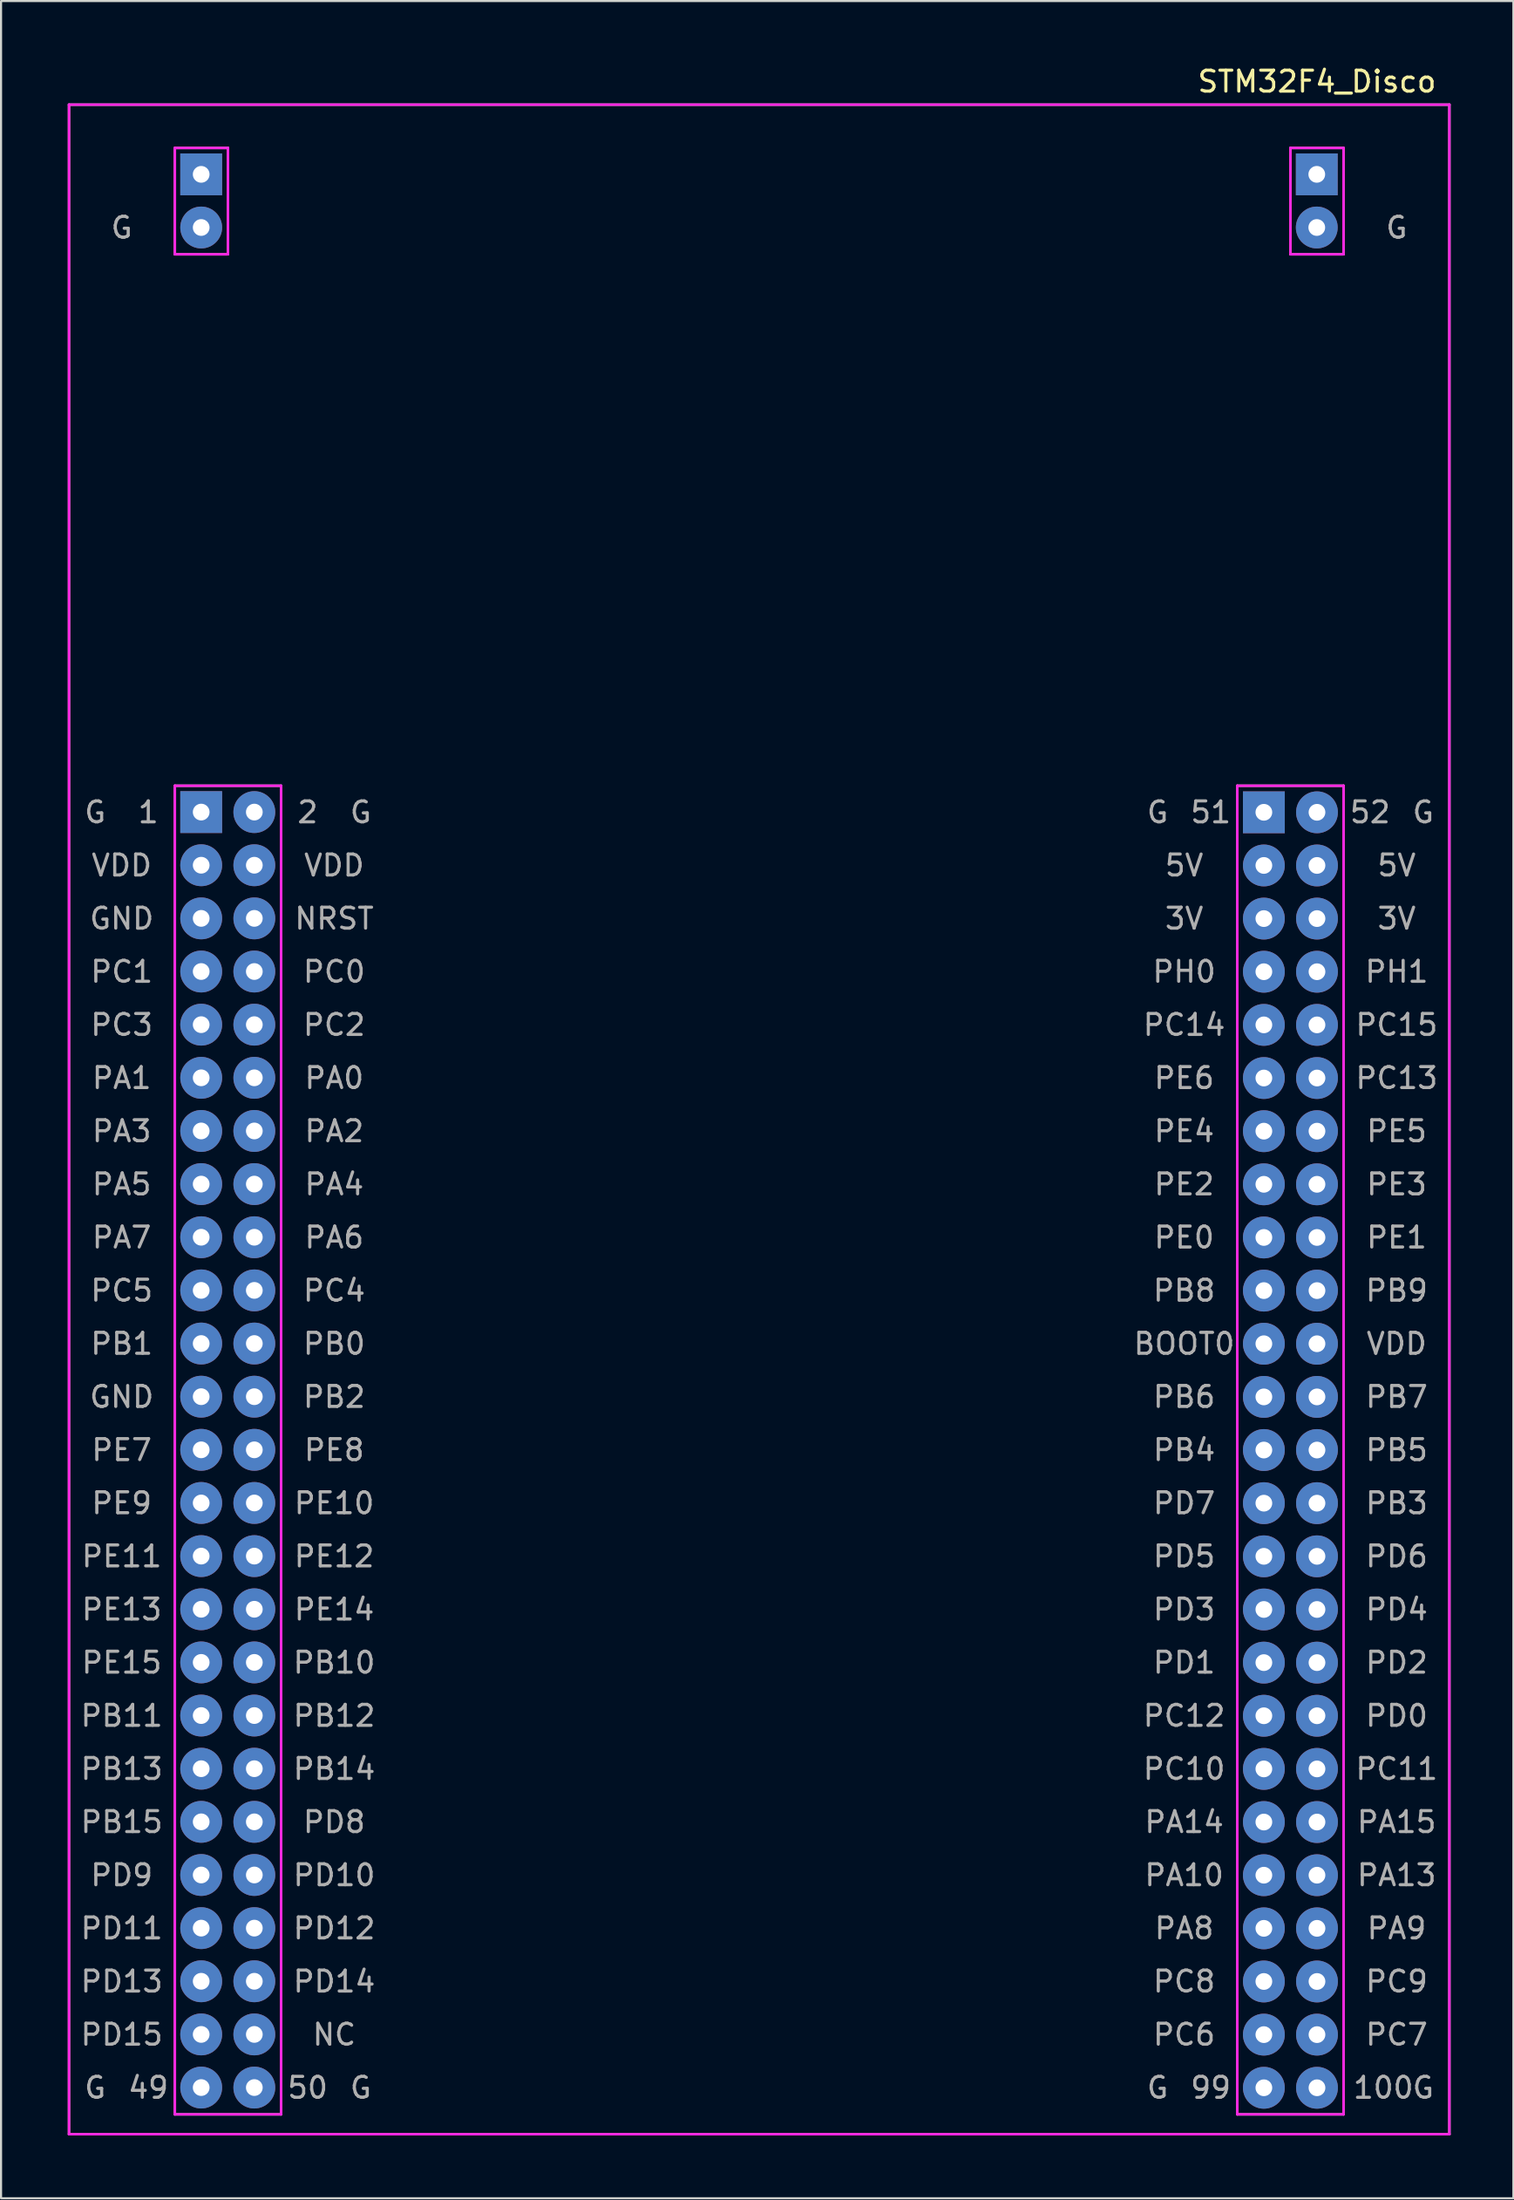
<source format=kicad_pcb>
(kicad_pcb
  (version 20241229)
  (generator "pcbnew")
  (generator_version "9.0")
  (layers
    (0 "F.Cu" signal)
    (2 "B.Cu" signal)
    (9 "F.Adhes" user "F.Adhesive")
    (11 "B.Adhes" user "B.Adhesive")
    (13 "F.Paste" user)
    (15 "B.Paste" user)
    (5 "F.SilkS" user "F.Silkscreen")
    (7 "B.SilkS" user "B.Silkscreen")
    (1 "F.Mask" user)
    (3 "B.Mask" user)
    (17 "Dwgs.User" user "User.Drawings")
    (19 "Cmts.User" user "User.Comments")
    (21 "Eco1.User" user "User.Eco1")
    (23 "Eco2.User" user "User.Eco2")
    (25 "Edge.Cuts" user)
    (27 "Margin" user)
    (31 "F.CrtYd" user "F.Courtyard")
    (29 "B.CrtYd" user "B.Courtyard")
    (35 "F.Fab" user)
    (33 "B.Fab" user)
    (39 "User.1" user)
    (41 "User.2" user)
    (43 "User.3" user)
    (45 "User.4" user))
  (footprint "STM32F4_Disco"
    (layer "F.Cu")
    (at 0.25 1.953)
    (property "Reference" "STM32F4_Disco" (at 59.67 -1.105 0) (layer "F.SilkS") (effects (font (size 1 1) (thickness 0.15))))
    (attr through_hole)
    (fp_line (start 0 0) (end 66 0) (stroke (width 0.12) (type solid)) (layer "F.CrtYd"))
    (fp_line (start 0 97) (end 0 0) (stroke (width 0.12) (type solid)) (layer "F.CrtYd"))
    (fp_line (start 5.06 2.07) (end 7.6 2.07) (stroke (width 0.12) (type solid)) (layer "F.CrtYd"))
    (fp_line (start 5.06 7.15) (end 5.06 2.07) (stroke (width 0.12) (type solid)) (layer "F.CrtYd"))
    (fp_line (start 5.06 32.55) (end 10.14 32.55) (stroke (width 0.12) (type solid)) (layer "F.CrtYd"))
    (fp_line (start 5.06 96.05) (end 5.06 32.55) (stroke (width 0.12) (type solid)) (layer "F.CrtYd"))
    (fp_line (start 7.6 2.07) (end 7.6 7.15) (stroke (width 0.12) (type solid)) (layer "F.CrtYd"))
    (fp_line (start 7.6 7.15) (end 5.06 7.15) (stroke (width 0.12) (type solid)) (layer "F.CrtYd"))
    (fp_line (start 10.14 32.55) (end 10.14 96.05) (stroke (width 0.12) (type solid)) (layer "F.CrtYd"))
    (fp_line (start 10.14 96.05) (end 5.06 96.05) (stroke (width 0.12) (type solid)) (layer "F.CrtYd"))
    (fp_line (start 55.86 32.55) (end 60.94 32.55) (stroke (width 0.12) (type solid)) (layer "F.CrtYd"))
    (fp_line (start 55.86 96.05) (end 55.86 32.55) (stroke (width 0.12) (type solid)) (layer "F.CrtYd"))
    (fp_line (start 58.4 2.07) (end 60.94 2.07) (stroke (width 0.12) (type solid)) (layer "F.CrtYd"))
    (fp_line (start 58.4 7.15) (end 58.4 2.07) (stroke (width 0.12) (type solid)) (layer "F.CrtYd"))
    (fp_line (start 60.94 2.07) (end 60.94 7.15) (stroke (width 0.12) (type solid)) (layer "F.CrtYd"))
    (fp_line (start 60.94 7.15) (end 58.4 7.15) (stroke (width 0.12) (type solid)) (layer "F.CrtYd"))
    (fp_line (start 60.94 32.55) (end 60.94 96.05) (stroke (width 0.12) (type solid)) (layer "F.CrtYd"))
    (fp_line (start 60.94 96.05) (end 55.86 96.05) (stroke (width 0.12) (type solid)) (layer "F.CrtYd"))
    (fp_line (start 66 0) (end 66 97) (stroke (width 0.12) (type solid)) (layer "F.CrtYd"))
    (fp_line (start 66 97) (end 0 97) (stroke (width 0.12) (type solid)) (layer "F.CrtYd"))
    (fp_line (start 0 0) (end 66 0) (stroke (width 0.12) (type solid)) (layer "F.Fab"))
    (fp_line (start 0 97) (end 0 0) (stroke (width 0.12) (type solid)) (layer "F.Fab"))
    (fp_line (start 5.06 2.07) (end 7.6 2.07) (stroke (width 0.12) (type solid)) (layer "F.Fab"))
    (fp_line (start 5.06 7.15) (end 5.06 2.07) (stroke (width 0.12) (type solid)) (layer "F.Fab"))
    (fp_line (start 5.06 32.55) (end 10.14 32.55) (stroke (width 0.12) (type solid)) (layer "F.Fab"))
    (fp_line (start 5.06 96.05) (end 5.06 32.55) (stroke (width 0.12) (type solid)) (layer "F.Fab"))
    (fp_line (start 7.6 2.07) (end 7.6 7.15) (stroke (width 0.12) (type solid)) (layer "F.Fab"))
    (fp_line (start 7.6 7.15) (end 5.06 7.15) (stroke (width 0.12) (type solid)) (layer "F.Fab"))
    (fp_line (start 10.14 32.55) (end 10.14 96.05) (stroke (width 0.12) (type solid)) (layer "F.Fab"))
    (fp_line (start 10.14 96.05) (end 5.06 96.05) (stroke (width 0.12) (type solid)) (layer "F.Fab"))
    (fp_line (start 55.86 32.55) (end 60.94 32.55) (stroke (width 0.12) (type solid)) (layer "F.Fab"))
    (fp_line (start 55.86 96.05) (end 55.86 32.55) (stroke (width 0.12) (type solid)) (layer "F.Fab"))
    (fp_line (start 58.4 2.07) (end 60.94 2.07) (stroke (width 0.12) (type solid)) (layer "F.Fab"))
    (fp_line (start 58.4 7.15) (end 58.4 2.07) (stroke (width 0.12) (type solid)) (layer "F.Fab"))
    (fp_line (start 60.94 2.07) (end 60.94 7.15) (stroke (width 0.12) (type solid)) (layer "F.Fab"))
    (fp_line (start 60.94 7.15) (end 58.4 7.15) (stroke (width 0.12) (type solid)) (layer "F.Fab"))
    (fp_line (start 60.94 32.55) (end 60.94 96.05) (stroke (width 0.12) (type solid)) (layer "F.Fab"))
    (fp_line (start 60.94 96.05) (end 55.86 96.05) (stroke (width 0.12) (type solid)) (layer "F.Fab"))
    (fp_line (start 66 0) (end 66 97) (stroke (width 0.12) (type solid)) (layer "F.Fab"))
    (fp_line (start 66 97) (end 0 97) (stroke (width 0.12) (type solid)) (layer "F.Fab"))
    (fp_text user "PC10" (at 53.32 79.54 0) (layer "F.Fab") (effects (font (size 1 1) (thickness 0.15))))
    (fp_text user "PD15" (at 2.52 92.24 0) (layer "F.Fab") (effects (font (size 1 1) (thickness 0.15))))
    (fp_text user "PD4" (at 63.48 71.92 0) (layer "F.Fab") (effects (font (size 1 1) (thickness 0.15))))
    (fp_text user "VDD" (at 63.48 59.22 0) (layer "F.Fab") (effects (font (size 1 1) (thickness 0.15))))
    (fp_text user "5V" (at 63.48 36.36 0) (layer "F.Fab") (effects (font (size 1 1) (thickness 0.15))))
    (fp_text user "PB8" (at 53.32 56.68 0) (layer "F.Fab") (effects (font (size 1 1) (thickness 0.15))))
    (fp_text user "5V" (at 53.32 36.36 0) (layer "F.Fab") (effects (font (size 1 1) (thickness 0.15))))
    (fp_text user "PA8" (at 53.32 87.16 0) (layer "F.Fab") (effects (font (size 1 1) (thickness 0.15))))
    (fp_text user "PB11" (at 2.52 77 0) (layer "F.Fab") (effects (font (size 1 1) (thickness 0.15))))
    (fp_text user "G" (at 52.05 33.82 0) (layer "F.Fab") (effects (font (size 1 1) (thickness 0.15))))
    (fp_text user "100" (at 62.845 94.78 0) (layer "F.Fab") (effects (font (size 1 1) (thickness 0.15))))
    (fp_text user "50" (at 11.41 94.78 0) (layer "F.Fab") (effects (font (size 1 1) (thickness 0.15))))
    (fp_text user "PD13" (at 2.52 89.7 0) (layer "F.Fab") (effects (font (size 1 1) (thickness 0.15))))
    (fp_text user "G" (at 1.25 33.82 0) (layer "F.Fab") (effects (font (size 1 1) (thickness 0.15))))
    (fp_text user "G" (at 52.05 94.78 0) (layer "F.Fab") (effects (font (size 1 1) (thickness 0.15))))
    (fp_text user "PE6" (at 53.32 46.52 0) (layer "F.Fab") (effects (font (size 1 1) (thickness 0.15))))
    (fp_text user "PC6" (at 53.32 92.24 0) (layer "F.Fab") (effects (font (size 1 1) (thickness 0.15))))
    (fp_text user "PB14" (at 12.68 79.54 0) (layer "F.Fab") (effects (font (size 1 1) (thickness 0.15))))
    (fp_text user "PE0" (at 53.32 54.14 0) (layer "F.Fab") (effects (font (size 1 1) (thickness 0.15))))
    (fp_text user "PH1" (at 63.48 41.44 0) (layer "F.Fab") (effects (font (size 1 1) (thickness 0.15))))
    (fp_text user "NRST" (at 12.68 38.9 0) (layer "F.Fab") (effects (font (size 1 1) (thickness 0.15))))
    (fp_text user "PC15" (at 63.48 43.98 0) (layer "F.Fab") (effects (font (size 1 1) (thickness 0.15))))
    (fp_text user "PB7" (at 63.48 61.76 0) (layer "F.Fab") (effects (font (size 1 1) (thickness 0.15))))
    (fp_text user "PB2" (at 12.68 61.76 0) (layer "F.Fab") (effects (font (size 1 1) (thickness 0.15))))
    (fp_text user "PA4" (at 12.68 51.6 0) (layer "F.Fab") (effects (font (size 1 1) (thickness 0.15))))
    (fp_text user "PD2" (at 63.48 74.46 0) (layer "F.Fab") (effects (font (size 1 1) (thickness 0.15))))
    (fp_text user "PE3" (at 63.48 51.6 0) (layer "F.Fab") (effects (font (size 1 1) (thickness 0.15))))
    (fp_text user "G" (at 2.52 5.88 0) (layer "F.Fab") (effects (font (size 1 1) (thickness 0.15))))
    (fp_text user "PB3" (at 63.48 66.84 0) (layer "F.Fab") (effects (font (size 1 1) (thickness 0.15))))
    (fp_text user "PB5" (at 63.48 64.3 0) (layer "F.Fab") (effects (font (size 1 1) (thickness 0.15))))
    (fp_text user "PD5" (at 53.32 69.38 0) (layer "F.Fab") (effects (font (size 1 1) (thickness 0.15))))
    (fp_text user "PA1" (at 2.52 46.52 0) (layer "F.Fab") (effects (font (size 1 1) (thickness 0.15))))
    (fp_text user "PA5" (at 2.52 51.6 0) (layer "F.Fab") (effects (font (size 1 1) (thickness 0.15))))
    (fp_text user "PD9" (at 2.52 84.62 0) (layer "F.Fab") (effects (font (size 1 1) (thickness 0.15))))
    (fp_text user "PB12" (at 12.68 77 0) (layer "F.Fab") (effects (font (size 1 1) (thickness 0.15))))
    (fp_text user "G" (at 63.48 5.88 0) (layer "F.Fab") (effects (font (size 1 1) (thickness 0.15))))
    (fp_text user "VDD" (at 2.52 36.36 0) (layer "F.Fab") (effects (font (size 1 1) (thickness 0.15))))
    (fp_text user "PE11" (at 2.52 69.38 0) (layer "F.Fab") (effects (font (size 1 1) (thickness 0.15))))
    (fp_text user "PE13" (at 2.52 71.92 0) (layer "F.Fab") (effects (font (size 1 1) (thickness 0.15))))
    (fp_text user "PE10" (at 12.68 66.84 0) (layer "F.Fab") (effects (font (size 1 1) (thickness 0.15))))
    (fp_text user "PA2" (at 12.68 49.06 0) (layer "F.Fab") (effects (font (size 1 1) (thickness 0.15))))
    (fp_text user "PH0" (at 53.32 41.44 0) (layer "F.Fab") (effects (font (size 1 1) (thickness 0.15))))
    (fp_text user "PD14" (at 12.68 89.7 0) (layer "F.Fab") (effects (font (size 1 1) (thickness 0.15))))
    (fp_text user "PA15" (at 63.48 82.08 0) (layer "F.Fab") (effects (font (size 1 1) (thickness 0.15))))
    (fp_text user "PA10" (at 53.32 84.62 0) (layer "F.Fab") (effects (font (size 1 1) (thickness 0.15))))
    (fp_text user "PA14" (at 53.32 82.08 0) (layer "F.Fab") (effects (font (size 1 1) (thickness 0.15))))
    (fp_text user "PB4" (at 53.32 64.3 0) (layer "F.Fab") (effects (font (size 1 1) (thickness 0.15))))
    (fp_text user "PD1" (at 53.32 74.46 0) (layer "F.Fab") (effects (font (size 1 1) (thickness 0.15))))
    (fp_text user "PB10" (at 12.68 74.46 0) (layer "F.Fab") (effects (font (size 1 1) (thickness 0.15))))
    (fp_text user "GND" (at 2.52 38.9 0) (layer "F.Fab") (effects (font (size 1 1) (thickness 0.15))))
    (fp_text user "49" (at 3.79 94.78 0) (layer "F.Fab") (effects (font (size 1 1) (thickness 0.15))))
    (fp_text user "PD12" (at 12.68 87.16 0) (layer "F.Fab") (effects (font (size 1 1) (thickness 0.15))))
    (fp_text user "51" (at 54.59 33.82 0) (layer "F.Fab") (effects (font (size 1 1) (thickness 0.15))))
    (fp_text user "PB6" (at 53.32 61.76 0) (layer "F.Fab") (effects (font (size 1 1) (thickness 0.15))))
    (fp_text user "GND" (at 2.52 61.76 0) (layer "F.Fab") (effects (font (size 1 1) (thickness 0.15))))
    (fp_text user "VDD" (at 12.68 36.36 0) (layer "F.Fab") (effects (font (size 1 1) (thickness 0.15))))
    (fp_text user "PC4" (at 12.68 56.68 0) (layer "F.Fab") (effects (font (size 1 1) (thickness 0.15))))
    (fp_text user "PC5" (at 2.52 56.68 0) (layer "F.Fab") (effects (font (size 1 1) (thickness 0.15))))
    (fp_text user "NC" (at 12.68 92.24 0) (layer "F.Fab") (effects (font (size 1 1) (thickness 0.15))))
    (fp_text user "PC7" (at 63.48 92.24 0) (layer "F.Fab") (effects (font (size 1 1) (thickness 0.15))))
    (fp_text user "PC11" (at 63.48 79.54 0) (layer "F.Fab") (effects (font (size 1 1) (thickness 0.15))))
    (fp_text user "G" (at 13.95 33.82 0) (layer "F.Fab") (effects (font (size 1 1) (thickness 0.15))))
    (fp_text user "3V" (at 53.32 38.9 0) (layer "F.Fab") (effects (font (size 1 1) (thickness 0.15))))
    (fp_text user "G" (at 13.95 94.78 0) (layer "F.Fab") (effects (font (size 1 1) (thickness 0.15))))
    (fp_text user "PA7" (at 2.52 54.14 0) (layer "F.Fab") (effects (font (size 1 1) (thickness 0.15))))
    (fp_text user "PA9" (at 63.48 87.16 0) (layer "F.Fab") (effects (font (size 1 1) (thickness 0.15))))
    (fp_text user "PB0" (at 12.68 59.22 0) (layer "F.Fab") (effects (font (size 1 1) (thickness 0.15))))
    (fp_text user "BOOT0" (at 53.32 59.22 0) (layer "F.Fab") (effects (font (size 1 1) (thickness 0.15))))
    (fp_text user "PC12" (at 53.32 77 0) (layer "F.Fab") (effects (font (size 1 1) (thickness 0.15))))
    (fp_text user "PB15" (at 2.52 82.08 0) (layer "F.Fab") (effects (font (size 1 1) (thickness 0.15))))
    (fp_text user "G" (at 1.25 94.78 0) (layer "F.Fab") (effects (font (size 1 1) (thickness 0.15))))
    (fp_text user "PC0" (at 12.68 41.44 0) (layer "F.Fab") (effects (font (size 1 1) (thickness 0.15))))
    (fp_text user "PD0" (at 63.48 77 0) (layer "F.Fab") (effects (font (size 1 1) (thickness 0.15))))
    (fp_text user "1" (at 3.79 33.82 0) (layer "F.Fab") (effects (font (size 1 1) (thickness 0.15))))
    (fp_text user "PD11" (at 2.52 87.16 0) (layer "F.Fab") (effects (font (size 1 1) (thickness 0.15))))
    (fp_text user "PA13" (at 63.48 84.62 0) (layer "F.Fab") (effects (font (size 1 1) (thickness 0.15))))
    (fp_text user "99" (at 54.59 94.78 0) (layer "F.Fab") (effects (font (size 1 1) (thickness 0.15))))
    (fp_text user "PE4" (at 53.32 49.06 0) (layer "F.Fab") (effects (font (size 1 1) (thickness 0.15))))
    (fp_text user "PE2" (at 53.32 51.6 0) (layer "F.Fab") (effects (font (size 1 1) (thickness 0.15))))
    (fp_text user "PD6" (at 63.48 69.38 0) (layer "F.Fab") (effects (font (size 1 1) (thickness 0.15))))
    (fp_text user "PC1" (at 2.52 41.44 0) (layer "F.Fab") (effects (font (size 1 1) (thickness 0.15))))
    (fp_text user "PC3" (at 2.52 43.98 0) (layer "F.Fab") (effects (font (size 1 1) (thickness 0.15))))
    (fp_text user "PE9" (at 2.52 66.84 0) (layer "F.Fab") (effects (font (size 1 1) (thickness 0.15))))
    (fp_text user "PC14" (at 53.32 43.98 0) (layer "F.Fab") (effects (font (size 1 1) (thickness 0.15))))
    (fp_text user "PE8" (at 12.68 64.3 0) (layer "F.Fab") (effects (font (size 1 1) (thickness 0.15))))
    (fp_text user "PC2" (at 12.68 43.98 0) (layer "F.Fab") (effects (font (size 1 1) (thickness 0.15))))
    (fp_text user "PC9" (at 63.48 89.7 0) (layer "F.Fab") (effects (font (size 1 1) (thickness 0.15))))
    (fp_text user "PE7" (at 2.52 64.3 0) (layer "F.Fab") (effects (font (size 1 1) (thickness 0.15))))
    (fp_text user "PE12" (at 12.68 69.38 0) (layer "F.Fab") (effects (font (size 1 1) (thickness 0.15))))
    (fp_text user "PA0" (at 12.68 46.52 0) (layer "F.Fab") (effects (font (size 1 1) (thickness 0.15))))
    (fp_text user "PA3" (at 2.52 49.06 0) (layer "F.Fab") (effects (font (size 1 1) (thickness 0.15))))
    (fp_text user "PB13" (at 2.52 79.54 0) (layer "F.Fab") (effects (font (size 1 1) (thickness 0.15))))
    (fp_text user "PE14" (at 12.68 71.92 0) (layer "F.Fab") (effects (font (size 1 1) (thickness 0.15))))
    (fp_text user "PC13" (at 63.48 46.52 0) (layer "F.Fab") (effects (font (size 1 1) (thickness 0.15))))
    (fp_text user "PE15" (at 2.52 74.46 0) (layer "F.Fab") (effects (font (size 1 1) (thickness 0.15))))
    (fp_text user "G" (at 64.75 94.78 0) (layer "F.Fab") (effects (font (size 1 1) (thickness 0.15))))
    (fp_text user "G" (at 64.75 33.82 0) (layer "F.Fab") (effects (font (size 1 1) (thickness 0.15))))
    (fp_text user "PD8" (at 12.68 82.08 0) (layer "F.Fab") (effects (font (size 1 1) (thickness 0.15))))
    (fp_text user "PD10" (at 12.68 84.62 0) (layer "F.Fab") (effects (font (size 1 1) (thickness 0.15))))
    (fp_text user "PB1" (at 2.52 59.22 0) (layer "F.Fab") (effects (font (size 1 1) (thickness 0.15))))
    (fp_text user "PC8" (at 53.32 89.7 0) (layer "F.Fab") (effects (font (size 1 1) (thickness 0.15))))
    (fp_text user "2" (at 11.41 33.82 0) (layer "F.Fab") (effects (font (size 1 1) (thickness 0.15))))
    (fp_text user "PB9" (at 63.48 56.68 0) (layer "F.Fab") (effects (font (size 1 1) (thickness 0.15))))
    (fp_text user "PD7" (at 53.32 66.84 0) (layer "F.Fab") (effects (font (size 1 1) (thickness 0.15))))
    (fp_text user "52" (at 62.21 33.82 0) (layer "F.Fab") (effects (font (size 1 1) (thickness 0.15))))
    (fp_text user "PE1" (at 63.48 54.14 0) (layer "F.Fab") (effects (font (size 1 1) (thickness 0.15))))
    (fp_text user "3V" (at 63.48 38.9 0) (layer "F.Fab") (effects (font (size 1 1) (thickness 0.15))))
    (fp_text user "PA6" (at 12.68 54.14 0) (layer "F.Fab") (effects (font (size 1 1) (thickness 0.15))))
    (fp_text user "PE5" (at 63.48 49.06 0) (layer "F.Fab") (effects (font (size 1 1) (thickness 0.15))))
    (fp_text user "PD3" (at 53.32 71.92 0) (layer "F.Fab") (effects (font (size 1 1) (thickness 0.15))))
    (pad "1" thru_hole rect (at 6.32 33.81) (size 2 2) (drill 0.8) (layers "*.Cu" "*.Mask"))
    (pad "2" thru_hole circle (at 8.86 33.81) (size 2 2) (drill 0.8) (layers "*.Cu" "*.Mask"))
    (pad "3" thru_hole circle (at 6.32 36.35) (size 2 2) (drill 0.8) (layers "*.Cu" "*.Mask"))
    (pad "4" thru_hole circle (at 8.86 36.35) (size 2 2) (drill 0.8) (layers "*.Cu" "*.Mask"))
    (pad "5" thru_hole circle (at 6.32 38.89) (size 2 2) (drill 0.8) (layers "*.Cu" "*.Mask"))
    (pad "6" thru_hole circle (at 8.86 38.89) (size 2 2) (drill 0.8) (layers "*.Cu" "*.Mask"))
    (pad "7" thru_hole circle (at 6.32 41.43) (size 2 2) (drill 0.8) (layers "*.Cu" "*.Mask"))
    (pad "8" thru_hole circle (at 8.86 41.43) (size 2 2) (drill 0.8) (layers "*.Cu" "*.Mask"))
    (pad "9" thru_hole circle (at 6.32 43.97) (size 2 2) (drill 0.8) (layers "*.Cu" "*.Mask"))
    (pad "10" thru_hole circle (at 8.86 43.97) (size 2 2) (drill 0.8) (layers "*.Cu" "*.Mask"))
    (pad "11" thru_hole circle (at 6.32 46.51) (size 2 2) (drill 0.8) (layers "*.Cu" "*.Mask"))
    (pad "12" thru_hole circle (at 8.86 46.51) (size 2 2) (drill 0.8) (layers "*.Cu" "*.Mask"))
    (pad "13" thru_hole circle (at 6.32 49.05) (size 2 2) (drill 0.8) (layers "*.Cu" "*.Mask"))
    (pad "14" thru_hole circle (at 8.86 49.05) (size 2 2) (drill 0.8) (layers "*.Cu" "*.Mask"))
    (pad "15" thru_hole circle (at 6.32 51.59) (size 2 2) (drill 0.8) (layers "*.Cu" "*.Mask"))
    (pad "16" thru_hole circle (at 8.86 51.59) (size 2 2) (drill 0.8) (layers "*.Cu" "*.Mask"))
    (pad "17" thru_hole circle (at 6.32 54.13) (size 2 2) (drill 0.8) (layers "*.Cu" "*.Mask"))
    (pad "18" thru_hole circle (at 8.86 54.13) (size 2 2) (drill 0.8) (layers "*.Cu" "*.Mask"))
    (pad "19" thru_hole circle (at 6.32 56.67) (size 2 2) (drill 0.8) (layers "*.Cu" "*.Mask"))
    (pad "20" thru_hole circle (at 8.86 56.67) (size 2 2) (drill 0.8) (layers "*.Cu" "*.Mask"))
    (pad "21" thru_hole circle (at 6.32 59.21) (size 2 2) (drill 0.8) (layers "*.Cu" "*.Mask"))
    (pad "22" thru_hole circle (at 8.86 59.21) (size 2 2) (drill 0.8) (layers "*.Cu" "*.Mask"))
    (pad "23" thru_hole circle (at 6.32 61.75) (size 2 2) (drill 0.8) (layers "*.Cu" "*.Mask"))
    (pad "24" thru_hole circle (at 8.86 61.75) (size 2 2) (drill 0.8) (layers "*.Cu" "*.Mask"))
    (pad "25" thru_hole circle (at 6.32 64.29) (size 2 2) (drill 0.8) (layers "*.Cu" "*.Mask"))
    (pad "26" thru_hole circle (at 8.86 64.29) (size 2 2) (drill 0.8) (layers "*.Cu" "*.Mask"))
    (pad "27" thru_hole circle (at 6.32 66.83) (size 2 2) (drill 0.8) (layers "*.Cu" "*.Mask"))
    (pad "28" thru_hole circle (at 8.86 66.83) (size 2 2) (drill 0.8) (layers "*.Cu" "*.Mask"))
    (pad "29" thru_hole circle (at 6.32 69.37) (size 2 2) (drill 0.8) (layers "*.Cu" "*.Mask"))
    (pad "30" thru_hole circle (at 8.86 69.37) (size 2 2) (drill 0.8) (layers "*.Cu" "*.Mask"))
    (pad "31" thru_hole circle (at 6.32 71.91) (size 2 2) (drill 0.8) (layers "*.Cu" "*.Mask"))
    (pad "32" thru_hole circle (at 8.86 71.91) (size 2 2) (drill 0.8) (layers "*.Cu" "*.Mask"))
    (pad "33" thru_hole circle (at 6.32 74.45) (size 2 2) (drill 0.8) (layers "*.Cu" "*.Mask"))
    (pad "34" thru_hole circle (at 8.86 74.45) (size 2 2) (drill 0.8) (layers "*.Cu" "*.Mask"))
    (pad "35" thru_hole circle (at 6.32 76.99) (size 2 2) (drill 0.8) (layers "*.Cu" "*.Mask"))
    (pad "36" thru_hole circle (at 8.86 76.99) (size 2 2) (drill 0.8) (layers "*.Cu" "*.Mask"))
    (pad "37" thru_hole circle (at 6.32 79.53) (size 2 2) (drill 0.8) (layers "*.Cu" "*.Mask"))
    (pad "38" thru_hole circle (at 8.86 79.53) (size 2 2) (drill 0.8) (layers "*.Cu" "*.Mask"))
    (pad "39" thru_hole circle (at 6.32 82.07) (size 2 2) (drill 0.8) (layers "*.Cu" "*.Mask"))
    (pad "40" thru_hole circle (at 8.86 82.07) (size 2 2) (drill 0.8) (layers "*.Cu" "*.Mask"))
    (pad "41" thru_hole circle (at 6.32 84.61) (size 2 2) (drill 0.8) (layers "*.Cu" "*.Mask"))
    (pad "42" thru_hole circle (at 8.86 84.61) (size 2 2) (drill 0.8) (layers "*.Cu" "*.Mask"))
    (pad "43" thru_hole circle (at 6.32 87.15) (size 2 2) (drill 0.8) (layers "*.Cu" "*.Mask"))
    (pad "44" thru_hole circle (at 8.86 87.15) (size 2 2) (drill 0.8) (layers "*.Cu" "*.Mask"))
    (pad "45" thru_hole circle (at 6.32 89.69) (size 2 2) (drill 0.8) (layers "*.Cu" "*.Mask"))
    (pad "46" thru_hole circle (at 8.86 89.69) (size 2 2) (drill 0.8) (layers "*.Cu" "*.Mask"))
    (pad "47" thru_hole circle (at 6.32 92.23) (size 2 2) (drill 0.8) (layers "*.Cu" "*.Mask"))
    (pad "48" thru_hole circle (at 8.86 92.23) (size 2 2) (drill 0.8) (layers "*.Cu" "*.Mask"))
    (pad "49" thru_hole circle (at 6.32 94.77) (size 2 2) (drill 0.8) (layers "*.Cu" "*.Mask"))
    (pad "50" thru_hole circle (at 8.86 94.77) (size 2 2) (drill 0.8) (layers "*.Cu" "*.Mask"))
    (pad "51" thru_hole rect (at 57.13 33.82) (size 2 2) (drill 0.8) (layers "*.Cu" "*.Mask"))
    (pad "52" thru_hole circle (at 59.67 33.82) (size 2 2) (drill 0.8) (layers "*.Cu" "*.Mask"))
    (pad "53" thru_hole circle (at 57.13 36.36) (size 2 2) (drill 0.8) (layers "*.Cu" "*.Mask"))
    (pad "54" thru_hole circle (at 59.67 36.36) (size 2 2) (drill 0.8) (layers "*.Cu" "*.Mask"))
    (pad "55" thru_hole circle (at 57.13 38.9) (size 2 2) (drill 0.8) (layers "*.Cu" "*.Mask"))
    (pad "56" thru_hole circle (at 59.67 38.9) (size 2 2) (drill 0.8) (layers "*.Cu" "*.Mask"))
    (pad "57" thru_hole circle (at 57.13 41.44) (size 2 2) (drill 0.8) (layers "*.Cu" "*.Mask"))
    (pad "58" thru_hole circle (at 59.67 41.44) (size 2 2) (drill 0.8) (layers "*.Cu" "*.Mask"))
    (pad "59" thru_hole circle (at 57.13 43.98) (size 2 2) (drill 0.8) (layers "*.Cu" "*.Mask"))
    (pad "60" thru_hole circle (at 59.67 43.98) (size 2 2) (drill 0.8) (layers "*.Cu" "*.Mask"))
    (pad "61" thru_hole circle (at 57.13 46.52) (size 2 2) (drill 0.8) (layers "*.Cu" "*.Mask"))
    (pad "62" thru_hole circle (at 59.67 46.52) (size 2 2) (drill 0.8) (layers "*.Cu" "*.Mask"))
    (pad "63" thru_hole circle (at 57.13 49.06) (size 2 2) (drill 0.8) (layers "*.Cu" "*.Mask"))
    (pad "64" thru_hole circle (at 59.67 49.06) (size 2 2) (drill 0.8) (layers "*.Cu" "*.Mask"))
    (pad "65" thru_hole circle (at 57.13 51.6) (size 2 2) (drill 0.8) (layers "*.Cu" "*.Mask"))
    (pad "66" thru_hole circle (at 59.67 51.6) (size 2 2) (drill 0.8) (layers "*.Cu" "*.Mask"))
    (pad "67" thru_hole circle (at 57.13 54.14) (size 2 2) (drill 0.8) (layers "*.Cu" "*.Mask"))
    (pad "68" thru_hole circle (at 59.67 54.14) (size 2 2) (drill 0.8) (layers "*.Cu" "*.Mask"))
    (pad "69" thru_hole circle (at 57.13 56.68) (size 2 2) (drill 0.8) (layers "*.Cu" "*.Mask"))
    (pad "70" thru_hole circle (at 59.67 56.68) (size 2 2) (drill 0.8) (layers "*.Cu" "*.Mask"))
    (pad "71" thru_hole circle (at 57.13 59.22) (size 2 2) (drill 0.8) (layers "*.Cu" "*.Mask"))
    (pad "72" thru_hole circle (at 59.67 59.22) (size 2 2) (drill 0.8) (layers "*.Cu" "*.Mask"))
    (pad "73" thru_hole circle (at 57.13 61.76) (size 2 2) (drill 0.8) (layers "*.Cu" "*.Mask"))
    (pad "74" thru_hole circle (at 59.67 61.76) (size 2 2) (drill 0.8) (layers "*.Cu" "*.Mask"))
    (pad "75" thru_hole circle (at 57.13 64.3) (size 2 2) (drill 0.8) (layers "*.Cu" "*.Mask"))
    (pad "76" thru_hole circle (at 59.67 64.3) (size 2 2) (drill 0.8) (layers "*.Cu" "*.Mask"))
    (pad "77" thru_hole circle (at 57.13 66.84) (size 2 2) (drill 0.8) (layers "*.Cu" "*.Mask"))
    (pad "78" thru_hole circle (at 59.67 66.84) (size 2 2) (drill 0.8) (layers "*.Cu" "*.Mask"))
    (pad "79" thru_hole circle (at 57.13 69.38) (size 2 2) (drill 0.8) (layers "*.Cu" "*.Mask"))
    (pad "80" thru_hole circle (at 59.67 69.38) (size 2 2) (drill 0.8) (layers "*.Cu" "*.Mask"))
    (pad "81" thru_hole circle (at 57.13 71.92) (size 2 2) (drill 0.8) (layers "*.Cu" "*.Mask"))
    (pad "82" thru_hole circle (at 59.67 71.92) (size 2 2) (drill 0.8) (layers "*.Cu" "*.Mask"))
    (pad "83" thru_hole circle (at 57.13 74.46) (size 2 2) (drill 0.8) (layers "*.Cu" "*.Mask"))
    (pad "84" thru_hole circle (at 59.67 74.46) (size 2 2) (drill 0.8) (layers "*.Cu" "*.Mask"))
    (pad "85" thru_hole circle (at 57.13 77) (size 2 2) (drill 0.8) (layers "*.Cu" "*.Mask"))
    (pad "86" thru_hole circle (at 59.67 77) (size 2 2) (drill 0.8) (layers "*.Cu" "*.Mask"))
    (pad "87" thru_hole circle (at 57.13 79.54) (size 2 2) (drill 0.8) (layers "*.Cu" "*.Mask"))
    (pad "88" thru_hole circle (at 59.67 79.54) (size 2 2) (drill 0.8) (layers "*.Cu" "*.Mask"))
    (pad "89" thru_hole circle (at 57.13 82.08) (size 2 2) (drill 0.8) (layers "*.Cu" "*.Mask"))
    (pad "90" thru_hole circle (at 59.67 82.08) (size 2 2) (drill 0.8) (layers "*.Cu" "*.Mask"))
    (pad "91" thru_hole circle (at 57.13 84.62) (size 2 2) (drill 0.8) (layers "*.Cu" "*.Mask"))
    (pad "92" thru_hole circle (at 59.67 84.62) (size 2 2) (drill 0.8) (layers "*.Cu" "*.Mask"))
    (pad "93" thru_hole circle (at 57.13 87.16) (size 2 2) (drill 0.8) (layers "*.Cu" "*.Mask"))
    (pad "94" thru_hole circle (at 59.67 87.16) (size 2 2) (drill 0.8) (layers "*.Cu" "*.Mask"))
    (pad "95" thru_hole circle (at 57.13 89.7) (size 2 2) (drill 0.8) (layers "*.Cu" "*.Mask"))
    (pad "96" thru_hole circle (at 59.67 89.7) (size 2 2) (drill 0.8) (layers "*.Cu" "*.Mask"))
    (pad "97" thru_hole circle (at 57.13 92.24) (size 2 2) (drill 0.8) (layers "*.Cu" "*.Mask"))
    (pad "98" thru_hole circle (at 59.67 92.24) (size 2 2) (drill 0.8) (layers "*.Cu" "*.Mask"))
    (pad "99" thru_hole circle (at 57.13 94.78) (size 2 2) (drill 0.8) (layers "*.Cu" "*.Mask"))
    (pad "100" thru_hole circle (at 59.67 94.78) (size 2 2) (drill 0.8) (layers "*.Cu" "*.Mask"))
    (pad "101" thru_hole rect (at 6.32 3.33) (size 2 2) (drill 0.8) (layers "*.Cu" "*.Mask"))
    (pad "102" thru_hole circle (at 6.32 5.87) (size 2 2) (drill 0.8) (layers "*.Cu" "*.Mask"))
    (pad "103" thru_hole rect (at 59.66 3.33) (size 2 2) (drill 0.8) (layers "*.Cu" "*.Mask"))
    (pad "104" thru_hole circle (at 59.66 5.87) (size 2 2) (drill 0.8) (layers "*.Cu" "*.Mask")))
  (gr_rect
    (start -3 -3)
    (end 69.31 102.013)
    (stroke (width 0.1) (type default))
    (fill no)
    (layer "Edge.Cuts")))
</source>
